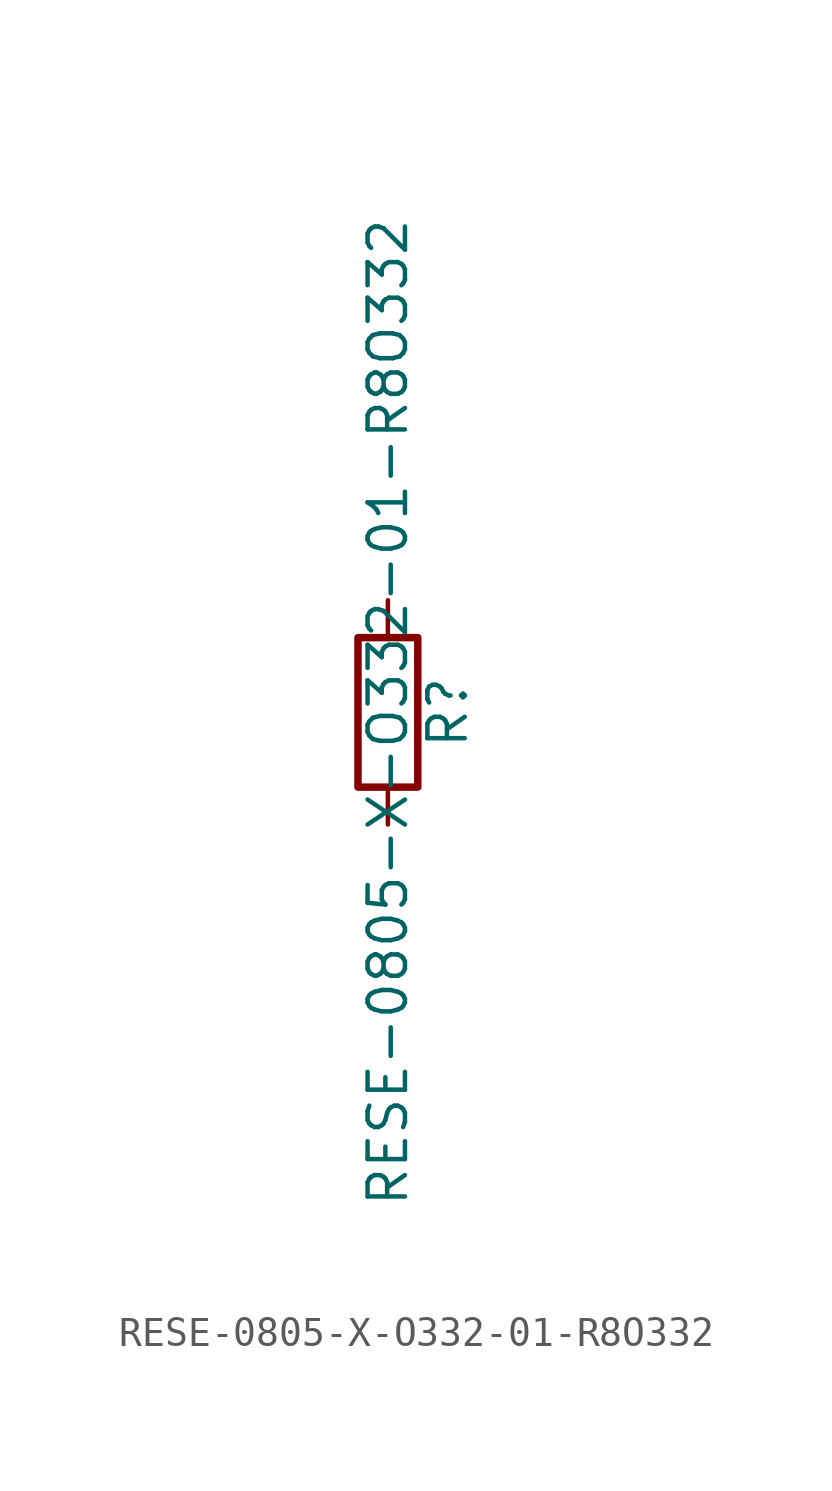
<source format=kicad_sym>
(kicad_symbol_lib
  (version 20211014)
  (generator kicad_symbol_editor)
  (symbol "RESE-0805-X-O332-01-R8O332"
    (pin_numbers hide)
    (pin_names
      (offset 0))
    (property "Reference" "R"
      (at 2.032 0 90)
      (effects (font (size 1.27 1.27))))
    (property "Value" "RESE-0805-X-O332-01-R8O332"
      (at 0 0 90)
      (effects (font (size 1.27 1.27))))
    (symbol "RESE-0805-X-O332-01-R8O332_0_1"
      (rectangle (start -1.016 -2.54) (end 1.016 2.54) (stroke (width 0.254) (type default) (color 0 0 0 0)) (fill (type none))))
    (symbol "RESE-0805-X-O332-01-R8O332_1_1"
      (pin passive line (at 0 3.81 270) (length 1.27) (name "~" (effects (font (size 1.27 1.27)))) (number "1" (effects (font (size 1.27 1.27)))))
      (pin passive line (at 0 -3.81 90) (length 1.27) (name "~" (effects (font (size 1.27 1.27)))) (number "2" (effects (font (size 1.27 1.27))))))))
</source>
